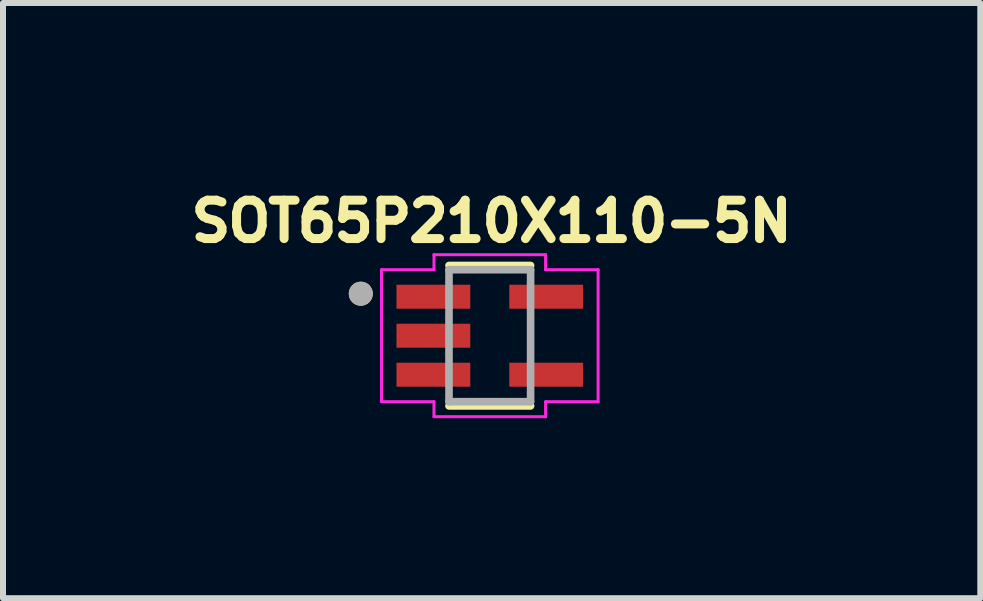
<source format=kicad_pcb>
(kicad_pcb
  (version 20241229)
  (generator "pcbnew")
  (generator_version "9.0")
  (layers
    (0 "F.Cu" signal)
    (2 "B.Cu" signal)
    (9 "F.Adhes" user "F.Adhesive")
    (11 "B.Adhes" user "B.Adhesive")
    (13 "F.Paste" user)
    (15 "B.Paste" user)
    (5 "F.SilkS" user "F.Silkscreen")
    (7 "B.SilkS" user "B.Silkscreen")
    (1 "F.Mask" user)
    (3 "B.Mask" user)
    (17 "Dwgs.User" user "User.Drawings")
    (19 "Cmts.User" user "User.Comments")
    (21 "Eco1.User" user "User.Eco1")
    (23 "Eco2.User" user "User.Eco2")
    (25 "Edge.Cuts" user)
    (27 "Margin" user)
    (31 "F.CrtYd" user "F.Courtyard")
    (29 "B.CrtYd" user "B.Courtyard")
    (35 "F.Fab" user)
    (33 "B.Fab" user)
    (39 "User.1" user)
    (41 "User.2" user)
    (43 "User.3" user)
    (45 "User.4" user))
  (footprint "SOT65P210X110-5N"
    (layer "F.Cu")
    (at 5.113 2.545)
    (property "Reference" "SOT65P210X110-5N" (at 0.031 -1.907 0) (layer "F.SilkS") (effects (font (size 0.64 0.64) (thickness 0.15))))
    (attr smd)
    (fp_line (start -0.68 -1.17) (end 0.68 -1.17) (stroke (width 0.127) (type solid)) (layer "F.SilkS"))
    (fp_line (start 0.68 1.17) (end -0.68 1.17) (stroke (width 0.127) (type solid)) (layer "F.SilkS"))
    (fp_circle (center -2.15 -0.7) (end -2.05 -0.7) (stroke (width 0.2) (type solid)) (fill no) (layer "F.SilkS"))
    (fp_line (start -1.805 -1.1) (end -1.805 1.1) (stroke (width 0.05) (type solid)) (layer "F.CrtYd"))
    (fp_line (start -1.805 1.1) (end -0.93 1.1) (stroke (width 0.05) (type solid)) (layer "F.CrtYd"))
    (fp_line (start -0.93 -1.35) (end -0.93 -1.1) (stroke (width 0.05) (type solid)) (layer "F.CrtYd"))
    (fp_line (start -0.93 -1.1) (end -1.805 -1.1) (stroke (width 0.05) (type solid)) (layer "F.CrtYd"))
    (fp_line (start -0.93 1.1) (end -0.93 1.35) (stroke (width 0.05) (type solid)) (layer "F.CrtYd"))
    (fp_line (start -0.93 1.35) (end 0.93 1.35) (stroke (width 0.05) (type solid)) (layer "F.CrtYd"))
    (fp_line (start 0.93 -1.35) (end -0.93 -1.35) (stroke (width 0.05) (type solid)) (layer "F.CrtYd"))
    (fp_line (start 0.93 -1.1) (end 0.93 -1.35) (stroke (width 0.05) (type solid)) (layer "F.CrtYd"))
    (fp_line (start 0.93 1.1) (end 1.805 1.1) (stroke (width 0.05) (type solid)) (layer "F.CrtYd"))
    (fp_line (start 0.93 1.35) (end 0.93 1.1) (stroke (width 0.05) (type solid)) (layer "F.CrtYd"))
    (fp_line (start 1.805 -1.1) (end 0.93 -1.1) (stroke (width 0.05) (type solid)) (layer "F.CrtYd"))
    (fp_line (start 1.805 1.1) (end 1.805 -1.1) (stroke (width 0.05) (type solid)) (layer "F.CrtYd"))
    (fp_line (start -0.68 -1.1) (end 0.68 -1.1) (stroke (width 0.127) (type solid)) (layer "F.Fab"))
    (fp_line (start -0.68 1.1) (end -0.68 -1.1) (stroke (width 0.127) (type solid)) (layer "F.Fab"))
    (fp_line (start 0.68 -1.1) (end 0.68 1.1) (stroke (width 0.127) (type solid)) (layer "F.Fab"))
    (fp_line (start 0.68 1.1) (end -0.68 1.1) (stroke (width 0.127) (type solid)) (layer "F.Fab"))
    (fp_circle (center -2.15 -0.7) (end -2.05 -0.7) (stroke (width 0.2) (type solid)) (fill no) (layer "F.Fab"))
    (pad "1" smd rect (at -0.94 -0.65) (size 1.23 0.4) (layers "F.Cu" "F.Mask" "F.Paste"))
    (pad "2" smd rect (at -0.94 0) (size 1.23 0.4) (layers "F.Cu" "F.Mask" "F.Paste"))
    (pad "3" smd rect (at -0.94 0.65) (size 1.23 0.4) (layers "F.Cu" "F.Mask" "F.Paste"))
    (pad "4" smd rect (at 0.94 0.65) (size 1.23 0.4) (layers "F.Cu" "F.Mask" "F.Paste"))
    (pad "5" smd rect (at 0.94 -0.65) (size 1.23 0.4) (layers "F.Cu" "F.Mask" "F.Paste")))
  (gr_rect
    (start -3 -3)
    (end 13.288 6.92)
    (stroke (width 0.1) (type default))
    (fill no)
    (layer "Edge.Cuts")))
</source>
